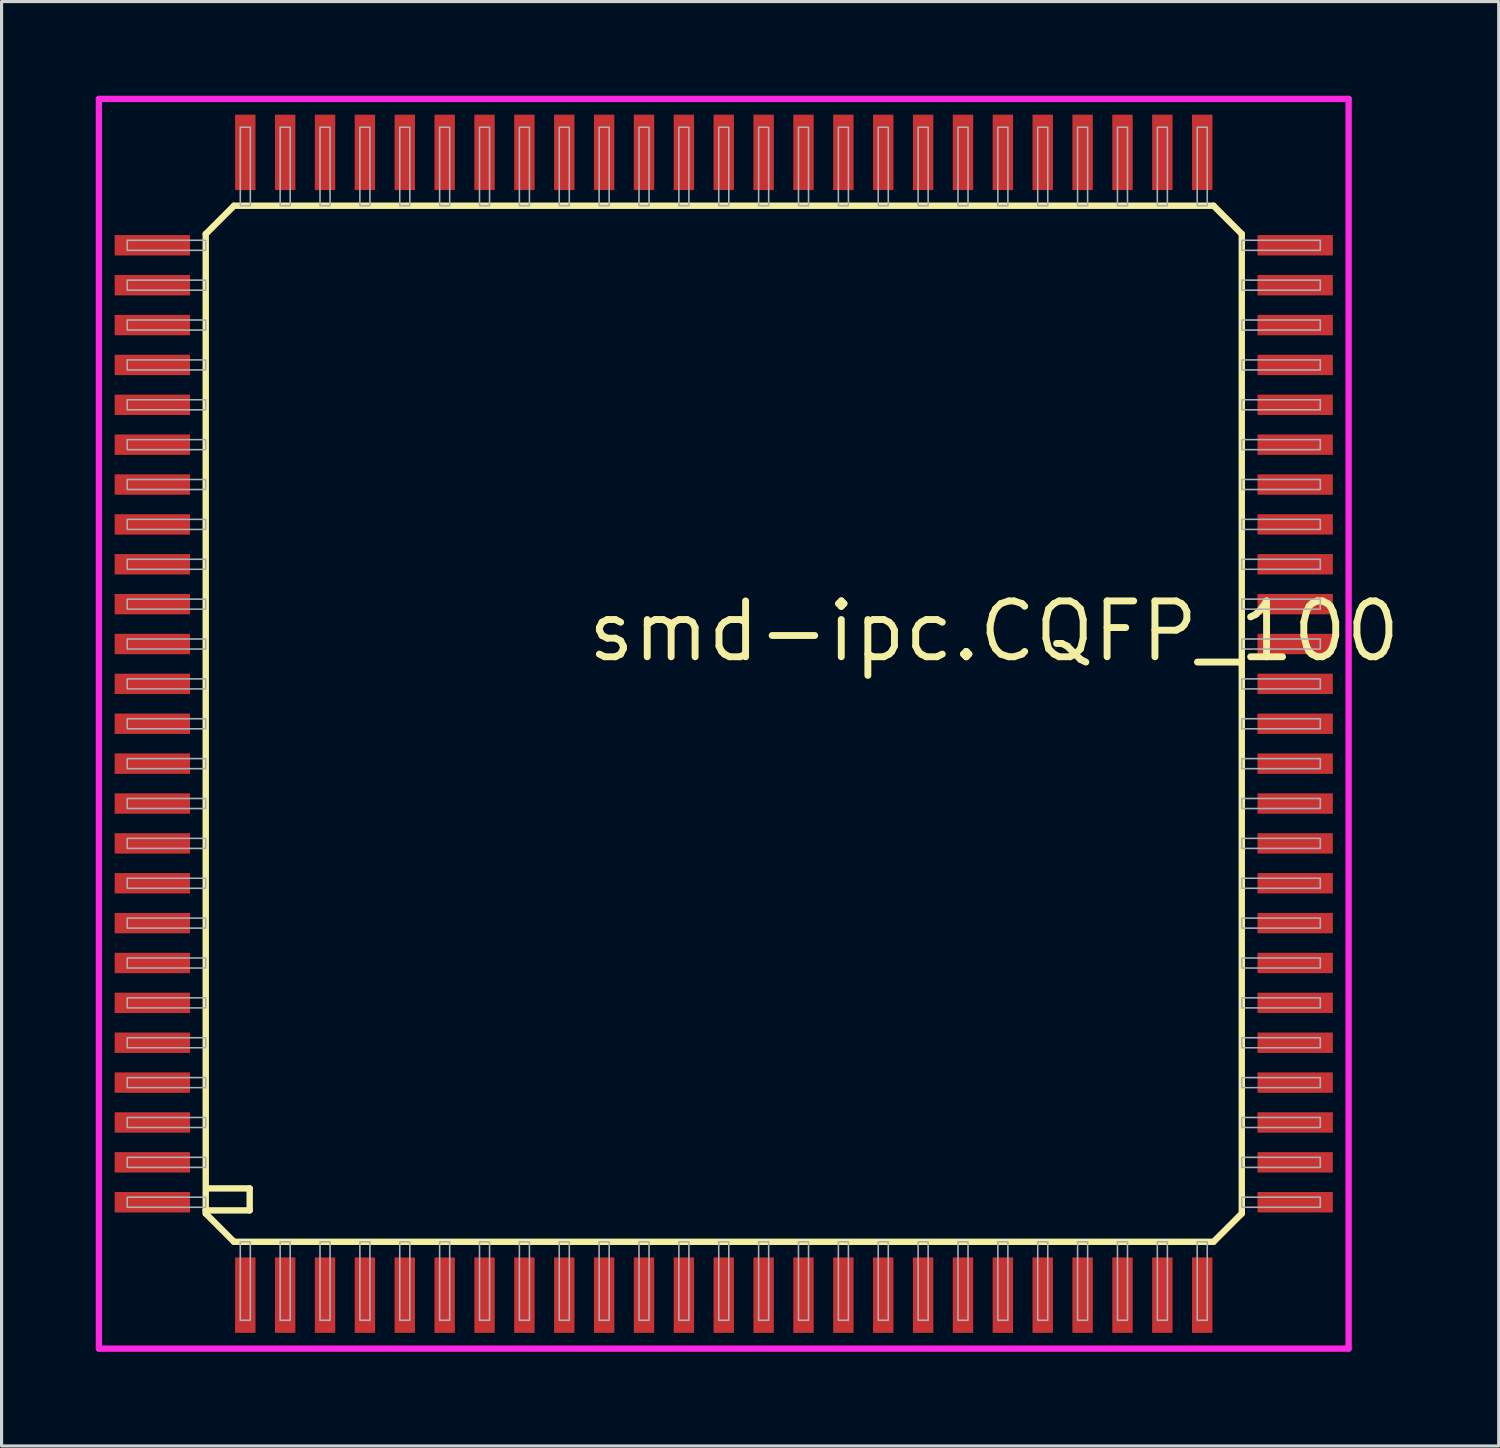
<source format=kicad_pcb>
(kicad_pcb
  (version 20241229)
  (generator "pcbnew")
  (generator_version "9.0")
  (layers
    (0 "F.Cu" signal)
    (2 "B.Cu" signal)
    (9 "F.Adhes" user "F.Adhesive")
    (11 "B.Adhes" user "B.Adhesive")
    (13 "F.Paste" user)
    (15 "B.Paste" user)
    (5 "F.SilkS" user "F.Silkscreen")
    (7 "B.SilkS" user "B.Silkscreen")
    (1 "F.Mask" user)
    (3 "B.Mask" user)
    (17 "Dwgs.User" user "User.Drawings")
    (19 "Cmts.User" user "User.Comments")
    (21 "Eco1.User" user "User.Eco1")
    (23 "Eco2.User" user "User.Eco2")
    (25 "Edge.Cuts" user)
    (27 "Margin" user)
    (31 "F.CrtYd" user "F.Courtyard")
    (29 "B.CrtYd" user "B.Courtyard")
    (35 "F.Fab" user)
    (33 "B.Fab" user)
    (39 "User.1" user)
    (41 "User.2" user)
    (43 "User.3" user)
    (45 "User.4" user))
  (footprint "smd-ipc.CQFP_100"
    (layer "F.Cu")
    (at 20.003 20.003)
    (property "Reference" "smd-ipc.CQFP_100" (at -4.445 -1.905 0) (layer "F.SilkS") (effects (font (size 1.778 1.778) (thickness 0.22)) (justify left bottom)))
    (attr smd)
    (fp_line (start -16.5 -15.6) (end -16.5 15.5) (stroke (width 0.203) (type default)) (layer "F.SilkS"))
    (fp_line (start -16.5 -15.6) (end -15.6 -16.5) (stroke (width 0.203) (type default)) (layer "F.SilkS"))
    (fp_line (start -16.5 15.5) (end -16.5 15.6) (stroke (width 0.203) (type default)) (layer "F.SilkS"))
    (fp_line (start -16.5 15.5) (end -15.1 15.5) (stroke (width 0.203) (type default)) (layer "F.SilkS"))
    (fp_line (start -16.5 15.6) (end -15.6 16.5) (stroke (width 0.203) (type default)) (layer "F.SilkS"))
    (fp_line (start -15.6 16.5) (end 15.6 16.5) (stroke (width 0.203) (type default)) (layer "F.SilkS"))
    (fp_line (start -15.1 14.8) (end -16.4 14.8) (stroke (width 0.203) (type default)) (layer "F.SilkS"))
    (fp_line (start -15.1 15.5) (end -15.1 14.8) (stroke (width 0.203) (type default)) (layer "F.SilkS"))
    (fp_line (start 15.6 -16.5) (end -15.6 -16.5) (stroke (width 0.203) (type default)) (layer "F.SilkS"))
    (fp_line (start 15.6 -16.5) (end 16.5 -15.6) (stroke (width 0.203) (type default)) (layer "F.SilkS"))
    (fp_line (start 15.6 16.5) (end 16.5 15.6) (stroke (width 0.203) (type default)) (layer "F.SilkS"))
    (fp_line (start 16.5 15.6) (end 16.5 -15.6) (stroke (width 0.203) (type default)) (layer "F.SilkS"))
    (fp_line (start -19.903 -19.903) (end 19.903 -19.903) (stroke (width 0.2) (type default)) (layer "F.CrtYd"))
    (fp_line (start -19.903 19.903) (end -19.903 -19.903) (stroke (width 0.2) (type default)) (layer "F.CrtYd"))
    (fp_line (start 19.903 -19.903) (end 19.903 19.903) (stroke (width 0.2) (type default)) (layer "F.CrtYd"))
    (fp_line (start 19.903 19.903) (end -19.903 19.903) (stroke (width 0.2) (type default)) (layer "F.CrtYd"))
    (fp_rect (start -19 -15.08) (end -16.5 -15.4) (stroke (width 0.05) (type default)) (fill no) (layer "F.Fab"))
    (fp_rect (start -19 -13.81) (end -16.5 -14.13) (stroke (width 0.05) (type default)) (fill no) (layer "F.Fab"))
    (fp_rect (start -19 -12.54) (end -16.5 -12.86) (stroke (width 0.05) (type default)) (fill no) (layer "F.Fab"))
    (fp_rect (start -19 -11.27) (end -16.5 -11.59) (stroke (width 0.05) (type default)) (fill no) (layer "F.Fab"))
    (fp_rect (start -19 -10) (end -16.5 -10.32) (stroke (width 0.05) (type default)) (fill no) (layer "F.Fab"))
    (fp_rect (start -19 -8.73) (end -16.5 -9.05) (stroke (width 0.05) (type default)) (fill no) (layer "F.Fab"))
    (fp_rect (start -19 -7.46) (end -16.5 -7.78) (stroke (width 0.05) (type default)) (fill no) (layer "F.Fab"))
    (fp_rect (start -19 -6.19) (end -16.5 -6.51) (stroke (width 0.05) (type default)) (fill no) (layer "F.Fab"))
    (fp_rect (start -19 -4.92) (end -16.5 -5.24) (stroke (width 0.05) (type default)) (fill no) (layer "F.Fab"))
    (fp_rect (start -19 -3.65) (end -16.5 -3.97) (stroke (width 0.05) (type default)) (fill no) (layer "F.Fab"))
    (fp_rect (start -19 -2.38) (end -16.5 -2.7) (stroke (width 0.05) (type default)) (fill no) (layer "F.Fab"))
    (fp_rect (start -19 -1.11) (end -16.5 -1.43) (stroke (width 0.05) (type default)) (fill no) (layer "F.Fab"))
    (fp_rect (start -19 0.16) (end -16.5 -0.16) (stroke (width 0.05) (type default)) (fill no) (layer "F.Fab"))
    (fp_rect (start -19 1.43) (end -16.5 1.11) (stroke (width 0.05) (type default)) (fill no) (layer "F.Fab"))
    (fp_rect (start -19 2.7) (end -16.5 2.38) (stroke (width 0.05) (type default)) (fill no) (layer "F.Fab"))
    (fp_rect (start -19 3.97) (end -16.5 3.65) (stroke (width 0.05) (type default)) (fill no) (layer "F.Fab"))
    (fp_rect (start -19 5.24) (end -16.5 4.92) (stroke (width 0.05) (type default)) (fill no) (layer "F.Fab"))
    (fp_rect (start -19 6.51) (end -16.5 6.19) (stroke (width 0.05) (type default)) (fill no) (layer "F.Fab"))
    (fp_rect (start -19 7.78) (end -16.5 7.46) (stroke (width 0.05) (type default)) (fill no) (layer "F.Fab"))
    (fp_rect (start -19 9.05) (end -16.5 8.73) (stroke (width 0.05) (type default)) (fill no) (layer "F.Fab"))
    (fp_rect (start -19 10.32) (end -16.5 10) (stroke (width 0.05) (type default)) (fill no) (layer "F.Fab"))
    (fp_rect (start -19 11.59) (end -16.5 11.27) (stroke (width 0.05) (type default)) (fill no) (layer "F.Fab"))
    (fp_rect (start -19 12.86) (end -16.5 12.54) (stroke (width 0.05) (type default)) (fill no) (layer "F.Fab"))
    (fp_rect (start -19 14.13) (end -16.5 13.81) (stroke (width 0.05) (type default)) (fill no) (layer "F.Fab"))
    (fp_rect (start -19 15.4) (end -16.5 15.08) (stroke (width 0.05) (type default)) (fill no) (layer "F.Fab"))
    (fp_rect (start -15.4 -16.5) (end -15.08 -19) (stroke (width 0.05) (type default)) (fill no) (layer "F.Fab"))
    (fp_rect (start -15.4 19) (end -15.08 16.5) (stroke (width 0.05) (type default)) (fill no) (layer "F.Fab"))
    (fp_rect (start -14.13 -16.5) (end -13.81 -19) (stroke (width 0.05) (type default)) (fill no) (layer "F.Fab"))
    (fp_rect (start -14.13 19) (end -13.81 16.5) (stroke (width 0.05) (type default)) (fill no) (layer "F.Fab"))
    (fp_rect (start -12.86 -16.5) (end -12.54 -19) (stroke (width 0.05) (type default)) (fill no) (layer "F.Fab"))
    (fp_rect (start -12.86 19) (end -12.54 16.5) (stroke (width 0.05) (type default)) (fill no) (layer "F.Fab"))
    (fp_rect (start -11.59 -16.5) (end -11.27 -19) (stroke (width 0.05) (type default)) (fill no) (layer "F.Fab"))
    (fp_rect (start -11.59 19) (end -11.27 16.5) (stroke (width 0.05) (type default)) (fill no) (layer "F.Fab"))
    (fp_rect (start -10.32 -16.5) (end -10 -19) (stroke (width 0.05) (type default)) (fill no) (layer "F.Fab"))
    (fp_rect (start -10.32 19) (end -10 16.5) (stroke (width 0.05) (type default)) (fill no) (layer "F.Fab"))
    (fp_rect (start -9.05 -16.5) (end -8.73 -19) (stroke (width 0.05) (type default)) (fill no) (layer "F.Fab"))
    (fp_rect (start -9.05 19) (end -8.73 16.5) (stroke (width 0.05) (type default)) (fill no) (layer "F.Fab"))
    (fp_rect (start -7.78 -16.5) (end -7.46 -19) (stroke (width 0.05) (type default)) (fill no) (layer "F.Fab"))
    (fp_rect (start -7.78 19) (end -7.46 16.5) (stroke (width 0.05) (type default)) (fill no) (layer "F.Fab"))
    (fp_rect (start -6.51 -16.5) (end -6.19 -19) (stroke (width 0.05) (type default)) (fill no) (layer "F.Fab"))
    (fp_rect (start -6.51 19) (end -6.19 16.5) (stroke (width 0.05) (type default)) (fill no) (layer "F.Fab"))
    (fp_rect (start -5.24 -16.5) (end -4.92 -19) (stroke (width 0.05) (type default)) (fill no) (layer "F.Fab"))
    (fp_rect (start -5.24 19) (end -4.92 16.5) (stroke (width 0.05) (type default)) (fill no) (layer "F.Fab"))
    (fp_rect (start -3.97 -16.5) (end -3.65 -19) (stroke (width 0.05) (type default)) (fill no) (layer "F.Fab"))
    (fp_rect (start -3.97 19) (end -3.65 16.5) (stroke (width 0.05) (type default)) (fill no) (layer "F.Fab"))
    (fp_rect (start -2.7 -16.5) (end -2.38 -19) (stroke (width 0.05) (type default)) (fill no) (layer "F.Fab"))
    (fp_rect (start -2.7 19) (end -2.38 16.5) (stroke (width 0.05) (type default)) (fill no) (layer "F.Fab"))
    (fp_rect (start -1.43 -16.5) (end -1.11 -19) (stroke (width 0.05) (type default)) (fill no) (layer "F.Fab"))
    (fp_rect (start -1.43 19) (end -1.11 16.5) (stroke (width 0.05) (type default)) (fill no) (layer "F.Fab"))
    (fp_rect (start -0.16 -16.5) (end 0.16 -19) (stroke (width 0.05) (type default)) (fill no) (layer "F.Fab"))
    (fp_rect (start -0.16 19) (end 0.16 16.5) (stroke (width 0.05) (type default)) (fill no) (layer "F.Fab"))
    (fp_rect (start 1.11 -16.5) (end 1.43 -19) (stroke (width 0.05) (type default)) (fill no) (layer "F.Fab"))
    (fp_rect (start 1.11 19) (end 1.43 16.5) (stroke (width 0.05) (type default)) (fill no) (layer "F.Fab"))
    (fp_rect (start 2.38 -16.5) (end 2.7 -19) (stroke (width 0.05) (type default)) (fill no) (layer "F.Fab"))
    (fp_rect (start 2.38 19) (end 2.7 16.5) (stroke (width 0.05) (type default)) (fill no) (layer "F.Fab"))
    (fp_rect (start 3.65 -16.5) (end 3.97 -19) (stroke (width 0.05) (type default)) (fill no) (layer "F.Fab"))
    (fp_rect (start 3.65 19) (end 3.97 16.5) (stroke (width 0.05) (type default)) (fill no) (layer "F.Fab"))
    (fp_rect (start 4.92 -16.5) (end 5.24 -19) (stroke (width 0.05) (type default)) (fill no) (layer "F.Fab"))
    (fp_rect (start 4.92 19) (end 5.24 16.5) (stroke (width 0.05) (type default)) (fill no) (layer "F.Fab"))
    (fp_rect (start 6.19 -16.5) (end 6.51 -19) (stroke (width 0.05) (type default)) (fill no) (layer "F.Fab"))
    (fp_rect (start 6.19 19) (end 6.51 16.5) (stroke (width 0.05) (type default)) (fill no) (layer "F.Fab"))
    (fp_rect (start 7.46 -16.5) (end 7.78 -19) (stroke (width 0.05) (type default)) (fill no) (layer "F.Fab"))
    (fp_rect (start 7.46 19) (end 7.78 16.5) (stroke (width 0.05) (type default)) (fill no) (layer "F.Fab"))
    (fp_rect (start 8.73 -16.5) (end 9.05 -19) (stroke (width 0.05) (type default)) (fill no) (layer "F.Fab"))
    (fp_rect (start 8.73 19) (end 9.05 16.5) (stroke (width 0.05) (type default)) (fill no) (layer "F.Fab"))
    (fp_rect (start 10 -16.5) (end 10.32 -19) (stroke (width 0.05) (type default)) (fill no) (layer "F.Fab"))
    (fp_rect (start 10 19) (end 10.32 16.5) (stroke (width 0.05) (type default)) (fill no) (layer "F.Fab"))
    (fp_rect (start 11.27 -16.5) (end 11.59 -19) (stroke (width 0.05) (type default)) (fill no) (layer "F.Fab"))
    (fp_rect (start 11.27 19) (end 11.59 16.5) (stroke (width 0.05) (type default)) (fill no) (layer "F.Fab"))
    (fp_rect (start 12.54 -16.5) (end 12.86 -19) (stroke (width 0.05) (type default)) (fill no) (layer "F.Fab"))
    (fp_rect (start 12.54 19) (end 12.86 16.5) (stroke (width 0.05) (type default)) (fill no) (layer "F.Fab"))
    (fp_rect (start 13.81 -16.5) (end 14.13 -19) (stroke (width 0.05) (type default)) (fill no) (layer "F.Fab"))
    (fp_rect (start 13.81 19) (end 14.13 16.5) (stroke (width 0.05) (type default)) (fill no) (layer "F.Fab"))
    (fp_rect (start 15.08 -16.5) (end 15.4 -19) (stroke (width 0.05) (type default)) (fill no) (layer "F.Fab"))
    (fp_rect (start 15.08 19) (end 15.4 16.5) (stroke (width 0.05) (type default)) (fill no) (layer "F.Fab"))
    (fp_rect (start 16.5 -15.08) (end 19 -15.4) (stroke (width 0.05) (type default)) (fill no) (layer "F.Fab"))
    (fp_rect (start 16.5 -13.81) (end 19 -14.13) (stroke (width 0.05) (type default)) (fill no) (layer "F.Fab"))
    (fp_rect (start 16.5 -12.54) (end 19 -12.86) (stroke (width 0.05) (type default)) (fill no) (layer "F.Fab"))
    (fp_rect (start 16.5 -11.27) (end 19 -11.59) (stroke (width 0.05) (type default)) (fill no) (layer "F.Fab"))
    (fp_rect (start 16.5 -10) (end 19 -10.32) (stroke (width 0.05) (type default)) (fill no) (layer "F.Fab"))
    (fp_rect (start 16.5 -8.73) (end 19 -9.05) (stroke (width 0.05) (type default)) (fill no) (layer "F.Fab"))
    (fp_rect (start 16.5 -7.46) (end 19 -7.78) (stroke (width 0.05) (type default)) (fill no) (layer "F.Fab"))
    (fp_rect (start 16.5 -6.19) (end 19 -6.51) (stroke (width 0.05) (type default)) (fill no) (layer "F.Fab"))
    (fp_rect (start 16.5 -4.92) (end 19 -5.24) (stroke (width 0.05) (type default)) (fill no) (layer "F.Fab"))
    (fp_rect (start 16.5 -3.65) (end 19 -3.97) (stroke (width 0.05) (type default)) (fill no) (layer "F.Fab"))
    (fp_rect (start 16.5 -2.38) (end 19 -2.7) (stroke (width 0.05) (type default)) (fill no) (layer "F.Fab"))
    (fp_rect (start 16.5 -1.11) (end 19 -1.43) (stroke (width 0.05) (type default)) (fill no) (layer "F.Fab"))
    (fp_rect (start 16.5 0.16) (end 19 -0.16) (stroke (width 0.05) (type default)) (fill no) (layer "F.Fab"))
    (fp_rect (start 16.5 1.43) (end 19 1.11) (stroke (width 0.05) (type default)) (fill no) (layer "F.Fab"))
    (fp_rect (start 16.5 2.7) (end 19 2.38) (stroke (width 0.05) (type default)) (fill no) (layer "F.Fab"))
    (fp_rect (start 16.5 3.97) (end 19 3.65) (stroke (width 0.05) (type default)) (fill no) (layer "F.Fab"))
    (fp_rect (start 16.5 5.24) (end 19 4.92) (stroke (width 0.05) (type default)) (fill no) (layer "F.Fab"))
    (fp_rect (start 16.5 6.51) (end 19 6.19) (stroke (width 0.05) (type default)) (fill no) (layer "F.Fab"))
    (fp_rect (start 16.5 7.78) (end 19 7.46) (stroke (width 0.05) (type default)) (fill no) (layer "F.Fab"))
    (fp_rect (start 16.5 9.05) (end 19 8.73) (stroke (width 0.05) (type default)) (fill no) (layer "F.Fab"))
    (fp_rect (start 16.5 10.32) (end 19 10) (stroke (width 0.05) (type default)) (fill no) (layer "F.Fab"))
    (fp_rect (start 16.5 11.59) (end 19 11.27) (stroke (width 0.05) (type default)) (fill no) (layer "F.Fab"))
    (fp_rect (start 16.5 12.86) (end 19 12.54) (stroke (width 0.05) (type default)) (fill no) (layer "F.Fab"))
    (fp_rect (start 16.5 14.13) (end 19 13.81) (stroke (width 0.05) (type default)) (fill no) (layer "F.Fab"))
    (fp_rect (start 16.5 15.4) (end 19 15.08) (stroke (width 0.05) (type default)) (fill no) (layer "F.Fab"))
    (pad "1" smd roundrect (at -15.24 18.2) (size 0.65 2.4) (layers "F.Cu" "F.Mask" "F.Paste") (roundrect_rratio 0.01))
    (pad "2" smd roundrect (at -13.97 18.2) (size 0.65 2.4) (layers "F.Cu" "F.Mask" "F.Paste") (roundrect_rratio 0.01))
    (pad "3" smd roundrect (at -12.7 18.2) (size 0.65 2.4) (layers "F.Cu" "F.Mask" "F.Paste") (roundrect_rratio 0.01))
    (pad "4" smd roundrect (at -11.43 18.2) (size 0.65 2.4) (layers "F.Cu" "F.Mask" "F.Paste") (roundrect_rratio 0.01))
    (pad "5" smd roundrect (at -10.16 18.2) (size 0.65 2.4) (layers "F.Cu" "F.Mask" "F.Paste") (roundrect_rratio 0.01))
    (pad "6" smd roundrect (at -8.89 18.2) (size 0.65 2.4) (layers "F.Cu" "F.Mask" "F.Paste") (roundrect_rratio 0.01))
    (pad "7" smd roundrect (at -7.62 18.2) (size 0.65 2.4) (layers "F.Cu" "F.Mask" "F.Paste") (roundrect_rratio 0.01))
    (pad "8" smd roundrect (at -6.35 18.2) (size 0.65 2.4) (layers "F.Cu" "F.Mask" "F.Paste") (roundrect_rratio 0.01))
    (pad "9" smd roundrect (at -5.08 18.2) (size 0.65 2.4) (layers "F.Cu" "F.Mask" "F.Paste") (roundrect_rratio 0.01))
    (pad "10" smd roundrect (at -3.81 18.2) (size 0.65 2.4) (layers "F.Cu" "F.Mask" "F.Paste") (roundrect_rratio 0.01))
    (pad "11" smd roundrect (at -2.54 18.2) (size 0.65 2.4) (layers "F.Cu" "F.Mask" "F.Paste") (roundrect_rratio 0.01))
    (pad "12" smd roundrect (at -1.27 18.2) (size 0.65 2.4) (layers "F.Cu" "F.Mask" "F.Paste") (roundrect_rratio 0.01))
    (pad "13" smd roundrect (at 0 18.2) (size 0.65 2.4) (layers "F.Cu" "F.Mask" "F.Paste") (roundrect_rratio 0.01))
    (pad "14" smd roundrect (at 1.27 18.2) (size 0.65 2.4) (layers "F.Cu" "F.Mask" "F.Paste") (roundrect_rratio 0.01))
    (pad "15" smd roundrect (at 2.54 18.2) (size 0.65 2.4) (layers "F.Cu" "F.Mask" "F.Paste") (roundrect_rratio 0.01))
    (pad "16" smd roundrect (at 3.81 18.2) (size 0.65 2.4) (layers "F.Cu" "F.Mask" "F.Paste") (roundrect_rratio 0.01))
    (pad "17" smd roundrect (at 5.08 18.2) (size 0.65 2.4) (layers "F.Cu" "F.Mask" "F.Paste") (roundrect_rratio 0.01))
    (pad "18" smd roundrect (at 6.35 18.2) (size 0.65 2.4) (layers "F.Cu" "F.Mask" "F.Paste") (roundrect_rratio 0.01))
    (pad "19" smd roundrect (at 7.62 18.2) (size 0.65 2.4) (layers "F.Cu" "F.Mask" "F.Paste") (roundrect_rratio 0.01))
    (pad "20" smd roundrect (at 8.89 18.2) (size 0.65 2.4) (layers "F.Cu" "F.Mask" "F.Paste") (roundrect_rratio 0.01))
    (pad "21" smd roundrect (at 10.16 18.2) (size 0.65 2.4) (layers "F.Cu" "F.Mask" "F.Paste") (roundrect_rratio 0.01))
    (pad "22" smd roundrect (at 11.43 18.2) (size 0.65 2.4) (layers "F.Cu" "F.Mask" "F.Paste") (roundrect_rratio 0.01))
    (pad "23" smd roundrect (at 12.7 18.2) (size 0.65 2.4) (layers "F.Cu" "F.Mask" "F.Paste") (roundrect_rratio 0.01))
    (pad "24" smd roundrect (at 13.97 18.2) (size 0.65 2.4) (layers "F.Cu" "F.Mask" "F.Paste") (roundrect_rratio 0.01))
    (pad "25" smd roundrect (at 15.24 18.2) (size 0.65 2.4) (layers "F.Cu" "F.Mask" "F.Paste") (roundrect_rratio 0.01))
    (pad "26" smd roundrect (at 18.2 15.24) (size 2.4 0.65) (layers "F.Cu" "F.Mask" "F.Paste") (roundrect_rratio 0.01))
    (pad "27" smd roundrect (at 18.2 13.97) (size 2.4 0.65) (layers "F.Cu" "F.Mask" "F.Paste") (roundrect_rratio 0.01))
    (pad "28" smd roundrect (at 18.2 12.7) (size 2.4 0.65) (layers "F.Cu" "F.Mask" "F.Paste") (roundrect_rratio 0.01))
    (pad "29" smd roundrect (at 18.2 11.43) (size 2.4 0.65) (layers "F.Cu" "F.Mask" "F.Paste") (roundrect_rratio 0.01))
    (pad "30" smd roundrect (at 18.2 10.16) (size 2.4 0.65) (layers "F.Cu" "F.Mask" "F.Paste") (roundrect_rratio 0.01))
    (pad "31" smd roundrect (at 18.2 8.89) (size 2.4 0.65) (layers "F.Cu" "F.Mask" "F.Paste") (roundrect_rratio 0.01))
    (pad "32" smd roundrect (at 18.2 7.62) (size 2.4 0.65) (layers "F.Cu" "F.Mask" "F.Paste") (roundrect_rratio 0.01))
    (pad "33" smd roundrect (at 18.2 6.35) (size 2.4 0.65) (layers "F.Cu" "F.Mask" "F.Paste") (roundrect_rratio 0.01))
    (pad "34" smd roundrect (at 18.2 5.08) (size 2.4 0.65) (layers "F.Cu" "F.Mask" "F.Paste") (roundrect_rratio 0.01))
    (pad "35" smd roundrect (at 18.2 3.81) (size 2.4 0.65) (layers "F.Cu" "F.Mask" "F.Paste") (roundrect_rratio 0.01))
    (pad "36" smd roundrect (at 18.2 2.54) (size 2.4 0.65) (layers "F.Cu" "F.Mask" "F.Paste") (roundrect_rratio 0.01))
    (pad "37" smd roundrect (at 18.2 1.27) (size 2.4 0.65) (layers "F.Cu" "F.Mask" "F.Paste") (roundrect_rratio 0.01))
    (pad "38" smd roundrect (at 18.2 0) (size 2.4 0.65) (layers "F.Cu" "F.Mask" "F.Paste") (roundrect_rratio 0.01))
    (pad "39" smd roundrect (at 18.2 -1.27) (size 2.4 0.65) (layers "F.Cu" "F.Mask" "F.Paste") (roundrect_rratio 0.01))
    (pad "40" smd roundrect (at 18.2 -2.54) (size 2.4 0.65) (layers "F.Cu" "F.Mask" "F.Paste") (roundrect_rratio 0.01))
    (pad "41" smd roundrect (at 18.2 -3.81) (size 2.4 0.65) (layers "F.Cu" "F.Mask" "F.Paste") (roundrect_rratio 0.01))
    (pad "42" smd roundrect (at 18.2 -5.08) (size 2.4 0.65) (layers "F.Cu" "F.Mask" "F.Paste") (roundrect_rratio 0.01))
    (pad "43" smd roundrect (at 18.2 -6.35) (size 2.4 0.65) (layers "F.Cu" "F.Mask" "F.Paste") (roundrect_rratio 0.01))
    (pad "44" smd roundrect (at 18.2 -7.62) (size 2.4 0.65) (layers "F.Cu" "F.Mask" "F.Paste") (roundrect_rratio 0.01))
    (pad "45" smd roundrect (at 18.2 -8.89) (size 2.4 0.65) (layers "F.Cu" "F.Mask" "F.Paste") (roundrect_rratio 0.01))
    (pad "46" smd roundrect (at 18.2 -10.16) (size 2.4 0.65) (layers "F.Cu" "F.Mask" "F.Paste") (roundrect_rratio 0.01))
    (pad "47" smd roundrect (at 18.2 -11.43) (size 2.4 0.65) (layers "F.Cu" "F.Mask" "F.Paste") (roundrect_rratio 0.01))
    (pad "48" smd roundrect (at 18.2 -12.7) (size 2.4 0.65) (layers "F.Cu" "F.Mask" "F.Paste") (roundrect_rratio 0.01))
    (pad "49" smd roundrect (at 18.2 -13.97) (size 2.4 0.65) (layers "F.Cu" "F.Mask" "F.Paste") (roundrect_rratio 0.01))
    (pad "50" smd roundrect (at 18.2 -15.24) (size 2.4 0.65) (layers "F.Cu" "F.Mask" "F.Paste") (roundrect_rratio 0.01))
    (pad "51" smd roundrect (at 15.24 -18.2) (size 0.65 2.4) (layers "F.Cu" "F.Mask" "F.Paste") (roundrect_rratio 0.01))
    (pad "52" smd roundrect (at 13.97 -18.2) (size 0.65 2.4) (layers "F.Cu" "F.Mask" "F.Paste") (roundrect_rratio 0.01))
    (pad "53" smd roundrect (at 12.7 -18.2) (size 0.65 2.4) (layers "F.Cu" "F.Mask" "F.Paste") (roundrect_rratio 0.01))
    (pad "54" smd roundrect (at 11.43 -18.2) (size 0.65 2.4) (layers "F.Cu" "F.Mask" "F.Paste") (roundrect_rratio 0.01))
    (pad "55" smd roundrect (at 10.16 -18.2) (size 0.65 2.4) (layers "F.Cu" "F.Mask" "F.Paste") (roundrect_rratio 0.01))
    (pad "56" smd roundrect (at 8.89 -18.2) (size 0.65 2.4) (layers "F.Cu" "F.Mask" "F.Paste") (roundrect_rratio 0.01))
    (pad "57" smd roundrect (at 7.62 -18.2) (size 0.65 2.4) (layers "F.Cu" "F.Mask" "F.Paste") (roundrect_rratio 0.01))
    (pad "58" smd roundrect (at 6.35 -18.2) (size 0.65 2.4) (layers "F.Cu" "F.Mask" "F.Paste") (roundrect_rratio 0.01))
    (pad "59" smd roundrect (at 5.08 -18.2) (size 0.65 2.4) (layers "F.Cu" "F.Mask" "F.Paste") (roundrect_rratio 0.01))
    (pad "60" smd roundrect (at 3.81 -18.2) (size 0.65 2.4) (layers "F.Cu" "F.Mask" "F.Paste") (roundrect_rratio 0.01))
    (pad "61" smd roundrect (at 2.54 -18.2) (size 0.65 2.4) (layers "F.Cu" "F.Mask" "F.Paste") (roundrect_rratio 0.01))
    (pad "62" smd roundrect (at 1.27 -18.2) (size 0.65 2.4) (layers "F.Cu" "F.Mask" "F.Paste") (roundrect_rratio 0.01))
    (pad "63" smd roundrect (at 0 -18.2) (size 0.65 2.4) (layers "F.Cu" "F.Mask" "F.Paste") (roundrect_rratio 0.01))
    (pad "64" smd roundrect (at -1.27 -18.2) (size 0.65 2.4) (layers "F.Cu" "F.Mask" "F.Paste") (roundrect_rratio 0.01))
    (pad "65" smd roundrect (at -2.54 -18.2) (size 0.65 2.4) (layers "F.Cu" "F.Mask" "F.Paste") (roundrect_rratio 0.01))
    (pad "66" smd roundrect (at -3.81 -18.2) (size 0.65 2.4) (layers "F.Cu" "F.Mask" "F.Paste") (roundrect_rratio 0.01))
    (pad "67" smd roundrect (at -5.08 -18.2) (size 0.65 2.4) (layers "F.Cu" "F.Mask" "F.Paste") (roundrect_rratio 0.01))
    (pad "68" smd roundrect (at -6.35 -18.2) (size 0.65 2.4) (layers "F.Cu" "F.Mask" "F.Paste") (roundrect_rratio 0.01))
    (pad "69" smd roundrect (at -7.62 -18.2) (size 0.65 2.4) (layers "F.Cu" "F.Mask" "F.Paste") (roundrect_rratio 0.01))
    (pad "70" smd roundrect (at -8.89 -18.2) (size 0.65 2.4) (layers "F.Cu" "F.Mask" "F.Paste") (roundrect_rratio 0.01))
    (pad "71" smd roundrect (at -10.16 -18.2) (size 0.65 2.4) (layers "F.Cu" "F.Mask" "F.Paste") (roundrect_rratio 0.01))
    (pad "72" smd roundrect (at -11.43 -18.2) (size 0.65 2.4) (layers "F.Cu" "F.Mask" "F.Paste") (roundrect_rratio 0.01))
    (pad "73" smd roundrect (at -12.7 -18.2) (size 0.65 2.4) (layers "F.Cu" "F.Mask" "F.Paste") (roundrect_rratio 0.01))
    (pad "74" smd roundrect (at -13.97 -18.2) (size 0.65 2.4) (layers "F.Cu" "F.Mask" "F.Paste") (roundrect_rratio 0.01))
    (pad "75" smd roundrect (at -15.24 -18.2) (size 0.65 2.4) (layers "F.Cu" "F.Mask" "F.Paste") (roundrect_rratio 0.01))
    (pad "76" smd roundrect (at -18.2 -15.24) (size 2.4 0.65) (layers "F.Cu" "F.Mask" "F.Paste") (roundrect_rratio 0.01))
    (pad "77" smd roundrect (at -18.2 -13.97) (size 2.4 0.65) (layers "F.Cu" "F.Mask" "F.Paste") (roundrect_rratio 0.01))
    (pad "78" smd roundrect (at -18.2 -12.7) (size 2.4 0.65) (layers "F.Cu" "F.Mask" "F.Paste") (roundrect_rratio 0.01))
    (pad "79" smd roundrect (at -18.2 -11.43) (size 2.4 0.65) (layers "F.Cu" "F.Mask" "F.Paste") (roundrect_rratio 0.01))
    (pad "80" smd roundrect (at -18.2 -10.16) (size 2.4 0.65) (layers "F.Cu" "F.Mask" "F.Paste") (roundrect_rratio 0.01))
    (pad "81" smd roundrect (at -18.2 -8.89) (size 2.4 0.65) (layers "F.Cu" "F.Mask" "F.Paste") (roundrect_rratio 0.01))
    (pad "82" smd roundrect (at -18.2 -7.62) (size 2.4 0.65) (layers "F.Cu" "F.Mask" "F.Paste") (roundrect_rratio 0.01))
    (pad "83" smd roundrect (at -18.2 -6.35) (size 2.4 0.65) (layers "F.Cu" "F.Mask" "F.Paste") (roundrect_rratio 0.01))
    (pad "84" smd roundrect (at -18.2 -5.08) (size 2.4 0.65) (layers "F.Cu" "F.Mask" "F.Paste") (roundrect_rratio 0.01))
    (pad "85" smd roundrect (at -18.2 -3.81) (size 2.4 0.65) (layers "F.Cu" "F.Mask" "F.Paste") (roundrect_rratio 0.01))
    (pad "86" smd roundrect (at -18.2 -2.54) (size 2.4 0.65) (layers "F.Cu" "F.Mask" "F.Paste") (roundrect_rratio 0.01))
    (pad "87" smd roundrect (at -18.2 -1.27) (size 2.4 0.65) (layers "F.Cu" "F.Mask" "F.Paste") (roundrect_rratio 0.01))
    (pad "88" smd roundrect (at -18.2 0) (size 2.4 0.65) (layers "F.Cu" "F.Mask" "F.Paste") (roundrect_rratio 0.01))
    (pad "89" smd roundrect (at -18.2 1.27) (size 2.4 0.65) (layers "F.Cu" "F.Mask" "F.Paste") (roundrect_rratio 0.01))
    (pad "90" smd roundrect (at -18.2 2.54) (size 2.4 0.65) (layers "F.Cu" "F.Mask" "F.Paste") (roundrect_rratio 0.01))
    (pad "91" smd roundrect (at -18.2 3.81) (size 2.4 0.65) (layers "F.Cu" "F.Mask" "F.Paste") (roundrect_rratio 0.01))
    (pad "92" smd roundrect (at -18.2 5.08) (size 2.4 0.65) (layers "F.Cu" "F.Mask" "F.Paste") (roundrect_rratio 0.01))
    (pad "93" smd roundrect (at -18.2 6.35) (size 2.4 0.65) (layers "F.Cu" "F.Mask" "F.Paste") (roundrect_rratio 0.01))
    (pad "94" smd roundrect (at -18.2 7.62) (size 2.4 0.65) (layers "F.Cu" "F.Mask" "F.Paste") (roundrect_rratio 0.01))
    (pad "95" smd roundrect (at -18.2 8.89) (size 2.4 0.65) (layers "F.Cu" "F.Mask" "F.Paste") (roundrect_rratio 0.01))
    (pad "96" smd roundrect (at -18.2 10.16) (size 2.4 0.65) (layers "F.Cu" "F.Mask" "F.Paste") (roundrect_rratio 0.01))
    (pad "97" smd roundrect (at -18.2 11.43) (size 2.4 0.65) (layers "F.Cu" "F.Mask" "F.Paste") (roundrect_rratio 0.01))
    (pad "98" smd roundrect (at -18.2 12.7) (size 2.4 0.65) (layers "F.Cu" "F.Mask" "F.Paste") (roundrect_rratio 0.01))
    (pad "99" smd roundrect (at -18.2 13.97) (size 2.4 0.65) (layers "F.Cu" "F.Mask" "F.Paste") (roundrect_rratio 0.01))
    (pad "100" smd roundrect (at -18.2 15.24) (size 2.4 0.65) (layers "F.Cu" "F.Mask" "F.Paste") (roundrect_rratio 0.01)))
  (gr_rect
    (start -3 -3)
    (end 44.686 43.006)
    (stroke (width 0.1) (type default))
    (fill no)
    (layer "Edge.Cuts")))
</source>
